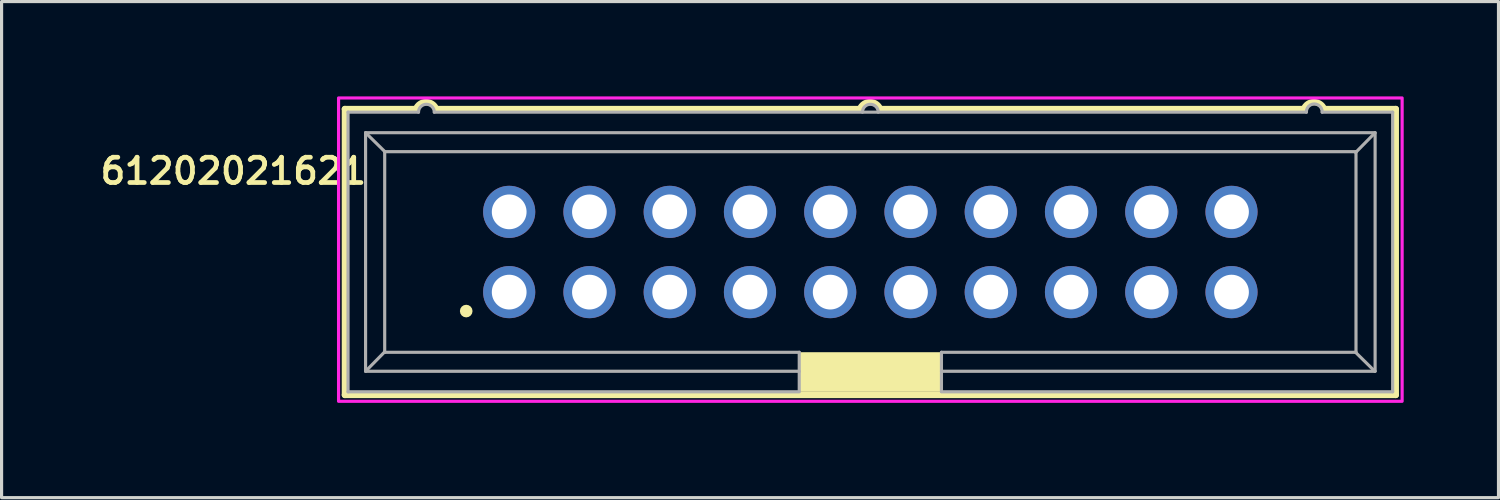
<source format=kicad_pcb>
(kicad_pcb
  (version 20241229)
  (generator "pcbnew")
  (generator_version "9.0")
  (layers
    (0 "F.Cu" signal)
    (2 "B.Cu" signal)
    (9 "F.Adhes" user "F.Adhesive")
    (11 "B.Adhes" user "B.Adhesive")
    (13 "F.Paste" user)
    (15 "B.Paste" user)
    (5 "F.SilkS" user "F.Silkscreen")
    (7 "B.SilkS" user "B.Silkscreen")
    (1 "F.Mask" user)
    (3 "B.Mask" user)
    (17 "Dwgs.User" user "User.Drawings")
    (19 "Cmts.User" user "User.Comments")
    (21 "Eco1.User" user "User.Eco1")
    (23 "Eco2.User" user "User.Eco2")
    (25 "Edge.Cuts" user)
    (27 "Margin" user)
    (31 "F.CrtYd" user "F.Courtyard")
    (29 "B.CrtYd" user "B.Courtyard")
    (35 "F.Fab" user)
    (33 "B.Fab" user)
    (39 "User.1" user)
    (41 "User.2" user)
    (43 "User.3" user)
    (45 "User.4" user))
  (footprint "61202021621"
    (layer "F.Cu")
    (at 24.495 4.925)
    (property "Reference" "61202021621" (at -20.16 -2.561 0) (layer "F.SilkS") (effects (font (size 0.8 0.8) (thickness 0.15))))
    (attr through_hole)
    (fp_line (start -16.63 -4.525) (end -16.63 4.525) (stroke (width 0.2) (type solid)) (layer "F.SilkS"))
    (fp_line (start -16.63 4.525) (end 16.63 4.525) (stroke (width 0.2) (type solid)) (layer "F.SilkS"))
    (fp_line (start -14.38 -4.525) (end -16.63 -4.525) (stroke (width 0.2) (type solid)) (layer "F.SilkS"))
    (fp_line (start -0.33 -4.525) (end -13.74 -4.525) (stroke (width 0.2) (type solid)) (layer "F.SilkS"))
    (fp_line (start 13.72 -4.525) (end 0.31 -4.525) (stroke (width 0.2) (type solid)) (layer "F.SilkS"))
    (fp_line (start 14.36 -4.525) (end 16.63 -4.525) (stroke (width 0.2) (type solid)) (layer "F.SilkS"))
    (fp_line (start 16.63 4.525) (end 16.63 -4.525) (stroke (width 0.2) (type solid)) (layer "F.SilkS"))
    (fp_arc (start -14.38 -4.525) (mid -14.06 -4.743548) (end -13.74 -4.525) (stroke (width 0.2) (type solid)) (layer "F.SilkS"))
    (fp_arc (start -0.33 -4.525) (mid -0.01 -4.743548) (end 0.31 -4.525) (stroke (width 0.2) (type solid)) (layer "F.SilkS"))
    (fp_arc (start 13.72 -4.525) (mid 14.04 -4.743548) (end 14.36 -4.525) (stroke (width 0.2) (type solid)) (layer "F.SilkS"))
    (fp_circle (center -12.79 1.87) (end -12.69 1.87) (stroke (width 0.2) (type solid)) (fill no) (layer "F.SilkS"))
    (fp_poly (pts (xy -2.25 3.175) (xy 2.25 3.175) (xy 2.25 4.425) (xy -2.25 4.425)) (stroke (width 0.01) (type solid)) (fill yes) (layer "F.SilkS"))
    (fp_poly (pts (xy -16.83 -4.875) (xy 16.83 -4.875) (xy 16.83 4.725) (xy -16.83 4.725)) (stroke (width 0.1) (type solid)) (fill no) (layer "F.CrtYd"))
    (fp_line (start -16.53 -4.425) (end -14.3 -4.425) (stroke (width 0.1) (type solid)) (layer "F.Fab"))
    (fp_line (start -16.53 4.425) (end -16.53 -4.425) (stroke (width 0.1) (type solid)) (layer "F.Fab"))
    (fp_line (start -15.975 -3.775) (end 15.975 -3.775) (stroke (width 0.1) (type solid)) (layer "F.Fab"))
    (fp_line (start -15.975 3.775) (end -15.975 -3.775) (stroke (width 0.1) (type solid)) (layer "F.Fab"))
    (fp_line (start -15.37 -3.175) (end 15.37 -3.175) (stroke (width 0.1) (type solid)) (layer "F.Fab"))
    (fp_line (start -15.37 3.16) (end -15.97 3.77) (stroke (width 0.1) (type solid)) (layer "F.Fab"))
    (fp_line (start -15.37 3.16) (end -15.37 -3.175) (stroke (width 0.1) (type solid)) (layer "F.Fab"))
    (fp_line (start -15.37 3.175) (end -15.37 3.16) (stroke (width 0.1) (type solid)) (layer "F.Fab"))
    (fp_line (start -15.36 -3.17) (end -15.97 -3.77) (stroke (width 0.1) (type solid)) (layer "F.Fab"))
    (fp_line (start -13.8 -4.425) (end 13.8 -4.425) (stroke (width 0.1) (type solid)) (layer "F.Fab"))
    (fp_line (start -2.25 3.175) (end -15.37 3.175) (stroke (width 0.1) (type solid)) (layer "F.Fab"))
    (fp_line (start -2.25 3.175) (end -2.25 3.775) (stroke (width 0.1) (type solid)) (layer "F.Fab"))
    (fp_line (start -2.25 3.775) (end -15.975 3.775) (stroke (width 0.1) (type solid)) (layer "F.Fab"))
    (fp_line (start -2.25 3.795) (end -2.25 4.395) (stroke (width 0.1) (type solid)) (layer "F.Fab"))
    (fp_line (start -2.25 4.425) (end -16.53 4.425) (stroke (width 0.1) (type solid)) (layer "F.Fab"))
    (fp_line (start 2.25 3.175) (end 2.25 3.775) (stroke (width 0.1) (type solid)) (layer "F.Fab"))
    (fp_line (start 2.25 3.815) (end 2.25 4.415) (stroke (width 0.1) (type solid)) (layer "F.Fab"))
    (fp_line (start 14.3 -4.425) (end 16.53 -4.425) (stroke (width 0.1) (type solid)) (layer "F.Fab"))
    (fp_line (start 15.35 3.17) (end 15.96 3.77) (stroke (width 0.1) (type solid)) (layer "F.Fab"))
    (fp_line (start 15.36 -3.15) (end 15.96 -3.76) (stroke (width 0.1) (type solid)) (layer "F.Fab"))
    (fp_line (start 15.37 -3.175) (end 15.37 3.175) (stroke (width 0.1) (type solid)) (layer "F.Fab"))
    (fp_line (start 15.37 3.175) (end 2.25 3.175) (stroke (width 0.1) (type solid)) (layer "F.Fab"))
    (fp_line (start 15.975 -3.775) (end 15.975 3.775) (stroke (width 0.1) (type solid)) (layer "F.Fab"))
    (fp_line (start 15.975 3.775) (end 2.25 3.775) (stroke (width 0.1) (type solid)) (layer "F.Fab"))
    (fp_line (start 16.53 -4.425) (end 16.53 4.425) (stroke (width 0.1) (type solid)) (layer "F.Fab"))
    (fp_line (start 16.53 4.425) (end 2.25 4.425) (stroke (width 0.1) (type solid)) (layer "F.Fab"))
    (fp_arc (start -14.3 -4.425) (mid -14.05 -4.68005) (end -13.8 -4.425) (stroke (width 0.1) (type solid)) (layer "F.Fab"))
    (fp_arc (start -0.25 -4.425) (mid 0 -4.68005) (end 0.25 -4.425) (stroke (width 0.1) (type solid)) (layer "F.Fab"))
    (fp_arc (start 13.8 -4.425) (mid 14.05 -4.685196) (end 14.3 -4.425) (stroke (width 0.1) (type solid)) (layer "F.Fab"))
    (pad "1" thru_hole circle (at -11.43 1.27) (size 1.65 1.65) (drill 1.1) (layers "*.Cu" "*.Mask"))
    (pad "2" thru_hole circle (at -11.43 -1.27) (size 1.65 1.65) (drill 1.1) (layers "*.Cu" "*.Mask"))
    (pad "3" thru_hole circle (at -8.89 1.27) (size 1.65 1.65) (drill 1.1) (layers "*.Cu" "*.Mask"))
    (pad "4" thru_hole circle (at -8.89 -1.27) (size 1.65 1.65) (drill 1.1) (layers "*.Cu" "*.Mask"))
    (pad "5" thru_hole circle (at -6.35 1.27) (size 1.65 1.65) (drill 1.1) (layers "*.Cu" "*.Mask"))
    (pad "6" thru_hole circle (at -6.35 -1.27) (size 1.65 1.65) (drill 1.1) (layers "*.Cu" "*.Mask"))
    (pad "7" thru_hole circle (at -3.81 1.27) (size 1.65 1.65) (drill 1.1) (layers "*.Cu" "*.Mask"))
    (pad "8" thru_hole circle (at -3.81 -1.27) (size 1.65 1.65) (drill 1.1) (layers "*.Cu" "*.Mask"))
    (pad "9" thru_hole circle (at -1.27 1.27) (size 1.65 1.65) (drill 1.1) (layers "*.Cu" "*.Mask"))
    (pad "10" thru_hole circle (at -1.27 -1.27) (size 1.65 1.65) (drill 1.1) (layers "*.Cu" "*.Mask"))
    (pad "11" thru_hole circle (at 1.27 1.27) (size 1.65 1.65) (drill 1.1) (layers "*.Cu" "*.Mask"))
    (pad "12" thru_hole circle (at 1.27 -1.27) (size 1.65 1.65) (drill 1.1) (layers "*.Cu" "*.Mask"))
    (pad "13" thru_hole circle (at 3.81 1.27) (size 1.65 1.65) (drill 1.1) (layers "*.Cu" "*.Mask"))
    (pad "14" thru_hole circle (at 3.81 -1.27) (size 1.65 1.65) (drill 1.1) (layers "*.Cu" "*.Mask"))
    (pad "15" thru_hole circle (at 6.35 1.27) (size 1.65 1.65) (drill 1.1) (layers "*.Cu" "*.Mask"))
    (pad "16" thru_hole circle (at 6.35 -1.27) (size 1.65 1.65) (drill 1.1) (layers "*.Cu" "*.Mask"))
    (pad "17" thru_hole circle (at 8.89 1.27) (size 1.65 1.65) (drill 1.1) (layers "*.Cu" "*.Mask"))
    (pad "18" thru_hole circle (at 8.89 -1.27) (size 1.65 1.65) (drill 1.1) (layers "*.Cu" "*.Mask"))
    (pad "19" thru_hole circle (at 11.43 1.27) (size 1.65 1.65) (drill 1.1) (layers "*.Cu" "*.Mask"))
    (pad "20" thru_hole circle (at 11.43 -1.27) (size 1.65 1.65) (drill 1.1) (layers "*.Cu" "*.Mask")))
  (gr_rect
    (start -3 -3)
    (end 44.375 12.7)
    (stroke (width 0.1) (type default))
    (fill no)
    (layer "Edge.Cuts")))
</source>
